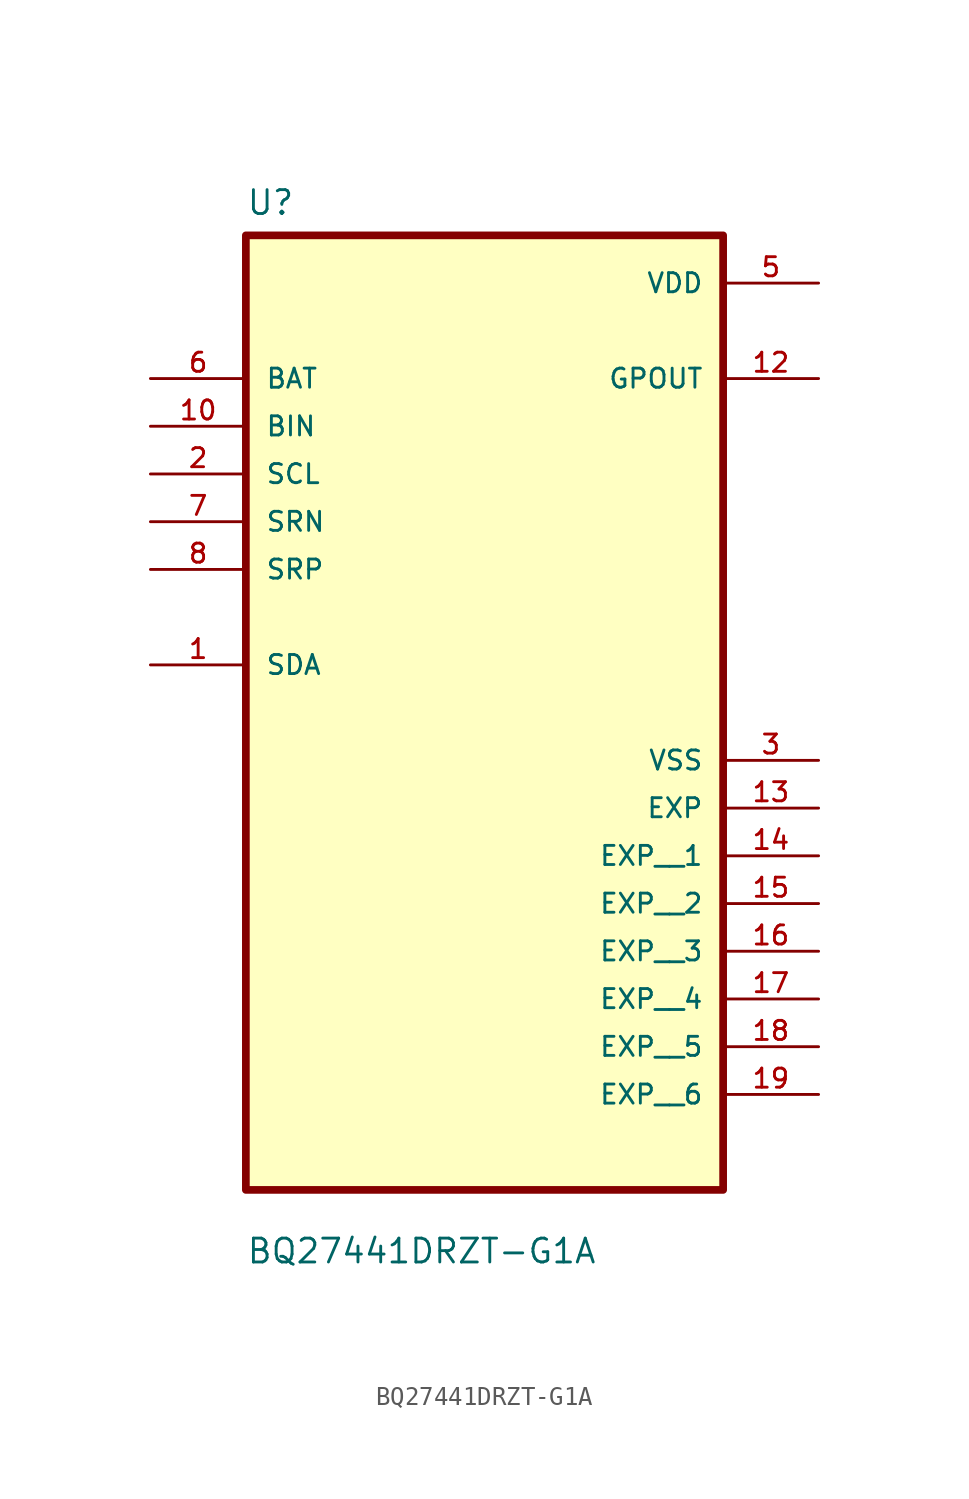
<source format=kicad_sym>
(kicad_symbol_lib
  (version 20211014)
  (generator kicad_symbol_editor)
  (symbol "BQ27441DRZT-G1A"
    (pin_names
      (offset 1.016))
    (property "Reference" "U"
      (at -12.7 18.78 0.0)
      (effects (font (size 1.27 1.27)) (justify bottom left)))
    (property "Value" "BQ27441DRZT-G1A"
      (at -12.7 -37.02 0.0)
      (effects (font (size 1.27 1.27)) (justify bottom left)))
    (symbol "BQ27441DRZT-G1A_0_0"
      (rectangle (start -12.7 -33.02) (end 12.7 17.78) (stroke (width 0.41)) (fill (type background)))
      (pin input line (at -17.78 10.16 0) (length 5.08) (name "BAT" (effects (font (size 1.016 1.016)))) (number "6" (effects (font (size 1.016 1.016)))))
      (pin input line (at -17.78 7.62 0) (length 5.08) (name "BIN" (effects (font (size 1.016 1.016)))) (number "10" (effects (font (size 1.016 1.016)))))
      (pin input line (at -17.78 5.08 0) (length 5.08) (name "SCL" (effects (font (size 1.016 1.016)))) (number "2" (effects (font (size 1.016 1.016)))))
      (pin input line (at -17.78 2.54 0) (length 5.08) (name "SRN" (effects (font (size 1.016 1.016)))) (number "7" (effects (font (size 1.016 1.016)))))
      (pin input line (at -17.78 0.0 0) (length 5.08) (name "SRP" (effects (font (size 1.016 1.016)))) (number "8" (effects (font (size 1.016 1.016)))))
      (pin bidirectional line (at -17.78 -5.08 0) (length 5.08) (name "SDA" (effects (font (size 1.016 1.016)))) (number "1" (effects (font (size 1.016 1.016)))))
      (pin power_in line (at 17.78 15.24 180.0) (length 5.08) (name "VDD" (effects (font (size 1.016 1.016)))) (number "5" (effects (font (size 1.016 1.016)))))
      (pin output line (at 17.78 10.16 180.0) (length 5.08) (name "GPOUT" (effects (font (size 1.016 1.016)))) (number "12" (effects (font (size 1.016 1.016)))))
      (pin power_in line (at 17.78 -10.16 180.0) (length 5.08) (name "VSS" (effects (font (size 1.016 1.016)))) (number "3" (effects (font (size 1.016 1.016)))))
      (pin power_in line (at 17.78 -12.7 180.0) (length 5.08) (name "EXP" (effects (font (size 1.016 1.016)))) (number "13" (effects (font (size 1.016 1.016)))))
      (pin power_in line (at 17.78 -15.24 180.0) (length 5.08) (name "EXP__1" (effects (font (size 1.016 1.016)))) (number "14" (effects (font (size 1.016 1.016)))))
      (pin power_in line (at 17.78 -17.78 180.0) (length 5.08) (name "EXP__2" (effects (font (size 1.016 1.016)))) (number "15" (effects (font (size 1.016 1.016)))))
      (pin power_in line (at 17.78 -20.32 180.0) (length 5.08) (name "EXP__3" (effects (font (size 1.016 1.016)))) (number "16" (effects (font (size 1.016 1.016)))))
      (pin power_in line (at 17.78 -22.86 180.0) (length 5.08) (name "EXP__4" (effects (font (size 1.016 1.016)))) (number "17" (effects (font (size 1.016 1.016)))))
      (pin power_in line (at 17.78 -25.4 180.0) (length 5.08) (name "EXP__5" (effects (font (size 1.016 1.016)))) (number "18" (effects (font (size 1.016 1.016)))))
      (pin power_in line (at 17.78 -27.94 180.0) (length 5.08) (name "EXP__6" (effects (font (size 1.016 1.016)))) (number "19" (effects (font (size 1.016 1.016))))))))
</source>
